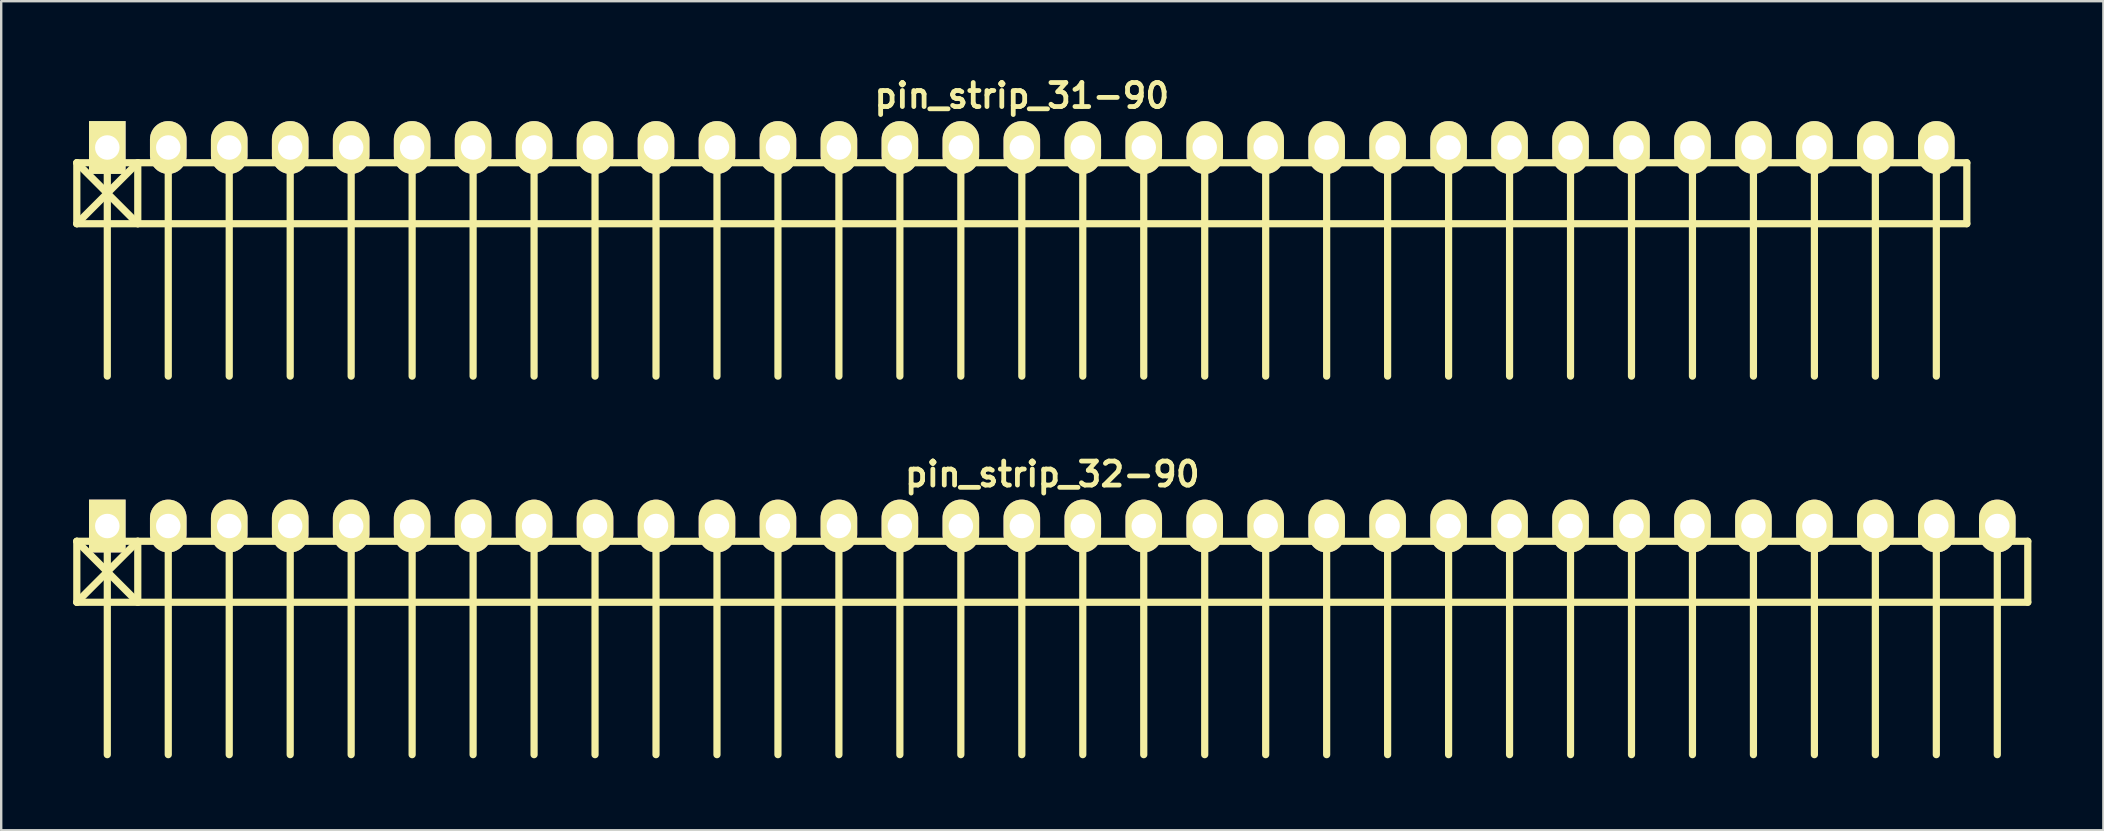
<source format=kicad_pcb>
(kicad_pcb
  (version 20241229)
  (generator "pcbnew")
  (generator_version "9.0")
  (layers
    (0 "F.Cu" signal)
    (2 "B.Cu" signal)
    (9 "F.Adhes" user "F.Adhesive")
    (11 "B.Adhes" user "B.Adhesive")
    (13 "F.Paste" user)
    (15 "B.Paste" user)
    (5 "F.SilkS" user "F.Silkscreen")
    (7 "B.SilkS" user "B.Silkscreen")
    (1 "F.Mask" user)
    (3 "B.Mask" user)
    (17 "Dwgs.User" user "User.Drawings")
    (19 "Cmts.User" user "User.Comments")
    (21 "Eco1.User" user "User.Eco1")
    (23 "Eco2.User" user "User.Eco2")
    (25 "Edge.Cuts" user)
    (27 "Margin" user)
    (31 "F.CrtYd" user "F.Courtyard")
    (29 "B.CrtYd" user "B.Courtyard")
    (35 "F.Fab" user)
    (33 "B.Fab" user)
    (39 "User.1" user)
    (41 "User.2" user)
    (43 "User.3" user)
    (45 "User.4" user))
  (footprint "pin_strip_32-90"
    (layer "F.Cu")
    (at 40.79 18.865)
    (property "Reference" "pin_strip_32-90" (at 0 -2.159 0) (layer "F.SilkS") (effects (font (size 1 1) (thickness 0.2))))
    (attr through_hole)
    (fp_line (start -40.64 0.635) (end 40.64 0.635) (stroke (width 0.3) (type solid)) (layer "F.SilkS"))
    (fp_line (start -40.64 3.175) (end -40.64 0.635) (stroke (width 0.3) (type solid)) (layer "F.SilkS"))
    (fp_line (start -40.64 3.175) (end -38.1 0.635) (stroke (width 0.3) (type solid)) (layer "F.SilkS"))
    (fp_line (start -39.37 0) (end -39.37 9.525) (stroke (width 0.3) (type solid)) (layer "F.SilkS"))
    (fp_line (start -38.1 0.635) (end -38.1 3.175) (stroke (width 0.3) (type solid)) (layer "F.SilkS"))
    (fp_line (start -38.1 3.175) (end -40.64 0.635) (stroke (width 0.3) (type solid)) (layer "F.SilkS"))
    (fp_line (start -36.83 0) (end -36.83 9.525) (stroke (width 0.3) (type solid)) (layer "F.SilkS"))
    (fp_line (start -34.29 9.525) (end -34.29 0) (stroke (width 0.3) (type solid)) (layer "F.SilkS"))
    (fp_line (start -31.75 0) (end -31.75 9.525) (stroke (width 0.3) (type solid)) (layer "F.SilkS"))
    (fp_line (start -29.21 0) (end -29.21 9.525) (stroke (width 0.3) (type solid)) (layer "F.SilkS"))
    (fp_line (start -26.67 0) (end -26.67 9.525) (stroke (width 0.3) (type solid)) (layer "F.SilkS"))
    (fp_line (start -24.13 0) (end -24.13 9.525) (stroke (width 0.3) (type solid)) (layer "F.SilkS"))
    (fp_line (start -21.59 0) (end -21.59 9.525) (stroke (width 0.3) (type solid)) (layer "F.SilkS"))
    (fp_line (start -19.05 0) (end -19.05 9.525) (stroke (width 0.3) (type solid)) (layer "F.SilkS"))
    (fp_line (start -16.51 0) (end -16.51 9.525) (stroke (width 0.3) (type solid)) (layer "F.SilkS"))
    (fp_line (start -13.97 0) (end -13.97 9.525) (stroke (width 0.3) (type solid)) (layer "F.SilkS"))
    (fp_line (start -11.43 0) (end -11.43 9.525) (stroke (width 0.3) (type solid)) (layer "F.SilkS"))
    (fp_line (start -8.89 9.525) (end -8.89 0) (stroke (width 0.3) (type solid)) (layer "F.SilkS"))
    (fp_line (start -6.35 0) (end -6.35 9.525) (stroke (width 0.3) (type solid)) (layer "F.SilkS"))
    (fp_line (start -3.81 0) (end -3.81 9.525) (stroke (width 0.3) (type solid)) (layer "F.SilkS"))
    (fp_line (start -1.27 0) (end -1.27 9.525) (stroke (width 0.3) (type solid)) (layer "F.SilkS"))
    (fp_line (start 1.27 0) (end 1.27 9.525) (stroke (width 0.3) (type solid)) (layer "F.SilkS"))
    (fp_line (start 3.81 0) (end 3.81 9.525) (stroke (width 0.3) (type solid)) (layer "F.SilkS"))
    (fp_line (start 6.35 0) (end 6.35 9.525) (stroke (width 0.3) (type solid)) (layer "F.SilkS"))
    (fp_line (start 8.89 0) (end 8.89 9.525) (stroke (width 0.3) (type solid)) (layer "F.SilkS"))
    (fp_line (start 11.43 0) (end 11.43 9.525) (stroke (width 0.3) (type solid)) (layer "F.SilkS"))
    (fp_line (start 13.97 0) (end 13.97 9.525) (stroke (width 0.3) (type solid)) (layer "F.SilkS"))
    (fp_line (start 16.51 9.525) (end 16.51 0) (stroke (width 0.3) (type solid)) (layer "F.SilkS"))
    (fp_line (start 19.05 0) (end 19.05 9.525) (stroke (width 0.3) (type solid)) (layer "F.SilkS"))
    (fp_line (start 21.59 0) (end 21.59 9.525) (stroke (width 0.3) (type solid)) (layer "F.SilkS"))
    (fp_line (start 24.13 0) (end 24.13 9.525) (stroke (width 0.3) (type solid)) (layer "F.SilkS"))
    (fp_line (start 26.67 0) (end 26.67 9.525) (stroke (width 0.3) (type solid)) (layer "F.SilkS"))
    (fp_line (start 29.21 0) (end 29.21 9.525) (stroke (width 0.3) (type solid)) (layer "F.SilkS"))
    (fp_line (start 31.75 0) (end 31.75 9.525) (stroke (width 0.3) (type solid)) (layer "F.SilkS"))
    (fp_line (start 34.29 0) (end 34.29 9.525) (stroke (width 0.3) (type solid)) (layer "F.SilkS"))
    (fp_line (start 36.83 0) (end 36.83 9.525) (stroke (width 0.3) (type solid)) (layer "F.SilkS"))
    (fp_line (start 39.37 0) (end 39.37 9.525) (stroke (width 0.3) (type solid)) (layer "F.SilkS"))
    (fp_line (start 40.64 0.635) (end 40.64 3.175) (stroke (width 0.3) (type solid)) (layer "F.SilkS"))
    (fp_line (start 40.64 3.175) (end -40.64 3.175) (stroke (width 0.3) (type solid)) (layer "F.SilkS"))
    (pad "1" thru_hole rect (at -39.37 0) (size 1.524 2.2) (drill 1.02) (layers "*.Cu" "*.Mask" "F.SilkS"))
    (pad "2" thru_hole oval (at -36.83 0) (size 1.524 2.2) (drill 1.02) (layers "*.Cu" "*.Mask" "F.SilkS"))
    (pad "3" thru_hole oval (at -34.29 0) (size 1.524 2.2) (drill 1.02) (layers "*.Cu" "*.Mask" "F.SilkS"))
    (pad "4" thru_hole oval (at -31.75 0) (size 1.524 2.2) (drill 1.02) (layers "*.Cu" "*.Mask" "F.SilkS"))
    (pad "5" thru_hole oval (at -29.21 0) (size 1.524 2.2) (drill 1.02) (layers "*.Cu" "*.Mask" "F.SilkS"))
    (pad "6" thru_hole oval (at -26.67 0) (size 1.524 2.2) (drill 1.02) (layers "*.Cu" "*.Mask" "F.SilkS"))
    (pad "7" thru_hole oval (at -24.13 0) (size 1.524 2.2) (drill 1.02) (layers "*.Cu" "*.Mask" "F.SilkS"))
    (pad "8" thru_hole oval (at -21.59 0) (size 1.524 2.2) (drill 1.02) (layers "*.Cu" "*.Mask" "F.SilkS"))
    (pad "9" thru_hole oval (at -19.05 0) (size 1.524 2.2) (drill 1.02) (layers "*.Cu" "*.Mask" "F.SilkS"))
    (pad "10" thru_hole oval (at -16.51 0) (size 1.524 2.2) (drill 1.02) (layers "*.Cu" "*.Mask" "F.SilkS"))
    (pad "11" thru_hole oval (at -13.97 0) (size 1.524 2.2) (drill 1.02) (layers "*.Cu" "*.Mask" "F.SilkS"))
    (pad "12" thru_hole oval (at -11.43 0) (size 1.524 2.2) (drill 1.02) (layers "*.Cu" "*.Mask" "F.SilkS"))
    (pad "13" thru_hole oval (at -8.89 0) (size 1.524 2.2) (drill 1.02) (layers "*.Cu" "*.Mask" "F.SilkS"))
    (pad "14" thru_hole oval (at -6.35 0) (size 1.524 2.2) (drill 1.02) (layers "*.Cu" "*.Mask" "F.SilkS"))
    (pad "15" thru_hole oval (at -3.81 0) (size 1.524 2.2) (drill 1.02) (layers "*.Cu" "*.Mask" "F.SilkS"))
    (pad "16" thru_hole oval (at -1.27 0) (size 1.524 2.2) (drill 1.02) (layers "*.Cu" "*.Mask" "F.SilkS"))
    (pad "17" thru_hole oval (at 1.27 0) (size 1.524 2.2) (drill 1.02) (layers "*.Cu" "*.Mask" "F.SilkS"))
    (pad "18" thru_hole oval (at 3.81 0) (size 1.524 2.2) (drill 1.02) (layers "*.Cu" "*.Mask" "F.SilkS"))
    (pad "19" thru_hole oval (at 6.35 0) (size 1.524 2.2) (drill 1.02) (layers "*.Cu" "*.Mask" "F.SilkS"))
    (pad "20" thru_hole oval (at 8.89 0) (size 1.524 2.2) (drill 1.02) (layers "*.Cu" "*.Mask" "F.SilkS"))
    (pad "21" thru_hole oval (at 11.43 0) (size 1.524 2.2) (drill 1.02) (layers "*.Cu" "*.Mask" "F.SilkS"))
    (pad "22" thru_hole oval (at 13.97 0) (size 1.524 2.2) (drill 1.02) (layers "*.Cu" "*.Mask" "F.SilkS"))
    (pad "23" thru_hole oval (at 16.51 0) (size 1.524 2.2) (drill 1.02) (layers "*.Cu" "*.Mask" "F.SilkS"))
    (pad "24" thru_hole oval (at 19.05 0) (size 1.524 2.2) (drill 1.02) (layers "*.Cu" "*.Mask" "F.SilkS"))
    (pad "25" thru_hole oval (at 21.59 0) (size 1.524 2.2) (drill 1.02) (layers "*.Cu" "*.Mask" "F.SilkS"))
    (pad "26" thru_hole oval (at 24.13 0) (size 1.524 2.2) (drill 1.02) (layers "*.Cu" "*.Mask" "F.SilkS"))
    (pad "27" thru_hole oval (at 26.67 0) (size 1.524 2.2) (drill 1.02) (layers "*.Cu" "*.Mask" "F.SilkS"))
    (pad "28" thru_hole oval (at 29.21 0) (size 1.524 2.2) (drill 1.02) (layers "*.Cu" "*.Mask" "F.SilkS"))
    (pad "29" thru_hole oval (at 31.75 0) (size 1.524 2.2) (drill 1.02) (layers "*.Cu" "*.Mask" "F.SilkS"))
    (pad "30" thru_hole oval (at 34.29 0) (size 1.524 2.2) (drill 1.02) (layers "*.Cu" "*.Mask" "F.SilkS"))
    (pad "31" thru_hole oval (at 36.83 0) (size 1.524 2.2) (drill 1.02) (layers "*.Cu" "*.Mask" "F.SilkS"))
    (pad "32" thru_hole oval (at 39.37 0) (size 1.524 2.2) (drill 1.02) (layers "*.Cu" "*.Mask" "F.SilkS")))
  (footprint "pin_strip_31-90"
    (layer "F.Cu")
    (at 39.52 3.095)
    (property "Reference" "pin_strip_31-90" (at 0 -2.159 0) (layer "F.SilkS") (effects (font (size 1 1) (thickness 0.2))))
    (attr through_hole)
    (fp_line (start -39.37 0.635) (end 39.37 0.635) (stroke (width 0.3) (type solid)) (layer "F.SilkS"))
    (fp_line (start -39.37 3.175) (end -39.37 0.635) (stroke (width 0.3) (type solid)) (layer "F.SilkS"))
    (fp_line (start -39.37 3.175) (end -36.83 0.635) (stroke (width 0.3) (type solid)) (layer "F.SilkS"))
    (fp_line (start -38.1 0) (end -38.1 9.525) (stroke (width 0.3) (type solid)) (layer "F.SilkS"))
    (fp_line (start -36.83 0.635) (end -36.83 3.175) (stroke (width 0.3) (type solid)) (layer "F.SilkS"))
    (fp_line (start -36.83 3.175) (end -39.37 0.635) (stroke (width 0.3) (type solid)) (layer "F.SilkS"))
    (fp_line (start -35.56 0) (end -35.56 9.525) (stroke (width 0.3) (type solid)) (layer "F.SilkS"))
    (fp_line (start -33.02 9.525) (end -33.02 0) (stroke (width 0.3) (type solid)) (layer "F.SilkS"))
    (fp_line (start -30.48 0) (end -30.48 9.525) (stroke (width 0.3) (type solid)) (layer "F.SilkS"))
    (fp_line (start -27.94 0) (end -27.94 9.525) (stroke (width 0.3) (type solid)) (layer "F.SilkS"))
    (fp_line (start -25.4 0) (end -25.4 9.525) (stroke (width 0.3) (type solid)) (layer "F.SilkS"))
    (fp_line (start -22.86 0) (end -22.86 9.525) (stroke (width 0.3) (type solid)) (layer "F.SilkS"))
    (fp_line (start -20.32 0) (end -20.32 9.525) (stroke (width 0.3) (type solid)) (layer "F.SilkS"))
    (fp_line (start -17.78 0) (end -17.78 9.525) (stroke (width 0.3) (type solid)) (layer "F.SilkS"))
    (fp_line (start -15.24 0) (end -15.24 9.525) (stroke (width 0.3) (type solid)) (layer "F.SilkS"))
    (fp_line (start -12.7 0) (end -12.7 9.525) (stroke (width 0.3) (type solid)) (layer "F.SilkS"))
    (fp_line (start -10.16 0) (end -10.16 9.525) (stroke (width 0.3) (type solid)) (layer "F.SilkS"))
    (fp_line (start -7.62 9.525) (end -7.62 0) (stroke (width 0.3) (type solid)) (layer "F.SilkS"))
    (fp_line (start -5.08 0) (end -5.08 9.525) (stroke (width 0.3) (type solid)) (layer "F.SilkS"))
    (fp_line (start -2.54 0) (end -2.54 9.525) (stroke (width 0.3) (type solid)) (layer "F.SilkS"))
    (fp_line (start 0 0) (end 0 9.525) (stroke (width 0.3) (type solid)) (layer "F.SilkS"))
    (fp_line (start 2.54 0) (end 2.54 9.525) (stroke (width 0.3) (type solid)) (layer "F.SilkS"))
    (fp_line (start 5.08 0) (end 5.08 9.525) (stroke (width 0.3) (type solid)) (layer "F.SilkS"))
    (fp_line (start 7.62 0) (end 7.62 9.525) (stroke (width 0.3) (type solid)) (layer "F.SilkS"))
    (fp_line (start 10.16 0) (end 10.16 9.525) (stroke (width 0.3) (type solid)) (layer "F.SilkS"))
    (fp_line (start 12.7 0) (end 12.7 9.525) (stroke (width 0.3) (type solid)) (layer "F.SilkS"))
    (fp_line (start 15.24 0) (end 15.24 9.525) (stroke (width 0.3) (type solid)) (layer "F.SilkS"))
    (fp_line (start 17.78 9.525) (end 17.78 0) (stroke (width 0.3) (type solid)) (layer "F.SilkS"))
    (fp_line (start 20.32 0) (end 20.32 9.525) (stroke (width 0.3) (type solid)) (layer "F.SilkS"))
    (fp_line (start 22.86 0) (end 22.86 9.525) (stroke (width 0.3) (type solid)) (layer "F.SilkS"))
    (fp_line (start 25.4 0) (end 25.4 9.525) (stroke (width 0.3) (type solid)) (layer "F.SilkS"))
    (fp_line (start 27.94 0) (end 27.94 9.525) (stroke (width 0.3) (type solid)) (layer "F.SilkS"))
    (fp_line (start 30.48 0) (end 30.48 9.525) (stroke (width 0.3) (type solid)) (layer "F.SilkS"))
    (fp_line (start 33.02 0) (end 33.02 9.525) (stroke (width 0.3) (type solid)) (layer "F.SilkS"))
    (fp_line (start 35.56 0) (end 35.56 9.525) (stroke (width 0.3) (type solid)) (layer "F.SilkS"))
    (fp_line (start 38.1 0) (end 38.1 9.525) (stroke (width 0.3) (type solid)) (layer "F.SilkS"))
    (fp_line (start 39.37 0.635) (end 39.37 3.175) (stroke (width 0.3) (type solid)) (layer "F.SilkS"))
    (fp_line (start 39.37 3.175) (end -39.37 3.175) (stroke (width 0.3) (type solid)) (layer "F.SilkS"))
    (pad "1" thru_hole rect (at -38.1 0) (size 1.524 2.2) (drill 1.02) (layers "*.Cu" "*.Mask" "F.SilkS"))
    (pad "2" thru_hole oval (at -35.56 0) (size 1.524 2.2) (drill 1.02) (layers "*.Cu" "*.Mask" "F.SilkS"))
    (pad "3" thru_hole oval (at -33.02 0) (size 1.524 2.2) (drill 1.02) (layers "*.Cu" "*.Mask" "F.SilkS"))
    (pad "4" thru_hole oval (at -30.48 0) (size 1.524 2.2) (drill 1.02) (layers "*.Cu" "*.Mask" "F.SilkS"))
    (pad "5" thru_hole oval (at -27.94 0) (size 1.524 2.2) (drill 1.02) (layers "*.Cu" "*.Mask" "F.SilkS"))
    (pad "6" thru_hole oval (at -25.4 0) (size 1.524 2.2) (drill 1.02) (layers "*.Cu" "*.Mask" "F.SilkS"))
    (pad "7" thru_hole oval (at -22.86 0) (size 1.524 2.2) (drill 1.02) (layers "*.Cu" "*.Mask" "F.SilkS"))
    (pad "8" thru_hole oval (at -20.32 0) (size 1.524 2.2) (drill 1.02) (layers "*.Cu" "*.Mask" "F.SilkS"))
    (pad "9" thru_hole oval (at -17.78 0) (size 1.524 2.2) (drill 1.02) (layers "*.Cu" "*.Mask" "F.SilkS"))
    (pad "10" thru_hole oval (at -15.24 0) (size 1.524 2.2) (drill 1.02) (layers "*.Cu" "*.Mask" "F.SilkS"))
    (pad "11" thru_hole oval (at -12.7 0) (size 1.524 2.2) (drill 1.02) (layers "*.Cu" "*.Mask" "F.SilkS"))
    (pad "12" thru_hole oval (at -10.16 0) (size 1.524 2.2) (drill 1.02) (layers "*.Cu" "*.Mask" "F.SilkS"))
    (pad "13" thru_hole oval (at -7.62 0) (size 1.524 2.2) (drill 1.02) (layers "*.Cu" "*.Mask" "F.SilkS"))
    (pad "14" thru_hole oval (at -5.08 0) (size 1.524 2.2) (drill 1.02) (layers "*.Cu" "*.Mask" "F.SilkS"))
    (pad "15" thru_hole oval (at -2.54 0) (size 1.524 2.2) (drill 1.02) (layers "*.Cu" "*.Mask" "F.SilkS"))
    (pad "16" thru_hole oval (at 0 0) (size 1.524 2.2) (drill 1.02) (layers "*.Cu" "*.Mask" "F.SilkS"))
    (pad "17" thru_hole oval (at 2.54 0) (size 1.524 2.2) (drill 1.02) (layers "*.Cu" "*.Mask" "F.SilkS"))
    (pad "18" thru_hole oval (at 5.08 0) (size 1.524 2.2) (drill 1.02) (layers "*.Cu" "*.Mask" "F.SilkS"))
    (pad "19" thru_hole oval (at 7.62 0) (size 1.524 2.2) (drill 1.02) (layers "*.Cu" "*.Mask" "F.SilkS"))
    (pad "20" thru_hole oval (at 10.16 0) (size 1.524 2.2) (drill 1.02) (layers "*.Cu" "*.Mask" "F.SilkS"))
    (pad "21" thru_hole oval (at 12.7 0) (size 1.524 2.2) (drill 1.02) (layers "*.Cu" "*.Mask" "F.SilkS"))
    (pad "22" thru_hole oval (at 15.24 0) (size 1.524 2.2) (drill 1.02) (layers "*.Cu" "*.Mask" "F.SilkS"))
    (pad "23" thru_hole oval (at 17.78 0) (size 1.524 2.2) (drill 1.02) (layers "*.Cu" "*.Mask" "F.SilkS"))
    (pad "24" thru_hole oval (at 20.32 0) (size 1.524 2.2) (drill 1.02) (layers "*.Cu" "*.Mask" "F.SilkS"))
    (pad "25" thru_hole oval (at 22.86 0) (size 1.524 2.2) (drill 1.02) (layers "*.Cu" "*.Mask" "F.SilkS"))
    (pad "26" thru_hole oval (at 25.4 0) (size 1.524 2.2) (drill 1.02) (layers "*.Cu" "*.Mask" "F.SilkS"))
    (pad "27" thru_hole oval (at 27.94 0) (size 1.524 2.2) (drill 1.02) (layers "*.Cu" "*.Mask" "F.SilkS"))
    (pad "28" thru_hole oval (at 30.48 0) (size 1.524 2.2) (drill 1.02) (layers "*.Cu" "*.Mask" "F.SilkS"))
    (pad "29" thru_hole oval (at 33.02 0) (size 1.524 2.2) (drill 1.02) (layers "*.Cu" "*.Mask" "F.SilkS"))
    (pad "30" thru_hole oval (at 35.56 0) (size 1.524 2.2) (drill 1.02) (layers "*.Cu" "*.Mask" "F.SilkS"))
    (pad "31" thru_hole oval (at 38.1 0) (size 1.524 2.2) (drill 1.02) (layers "*.Cu" "*.Mask" "F.SilkS")))
  (gr_rect
    (start -3 -3)
    (end 84.58 31.54)
    (stroke (width 0.1) (type default))
    (fill no)
    (layer "Edge.Cuts")))
</source>
